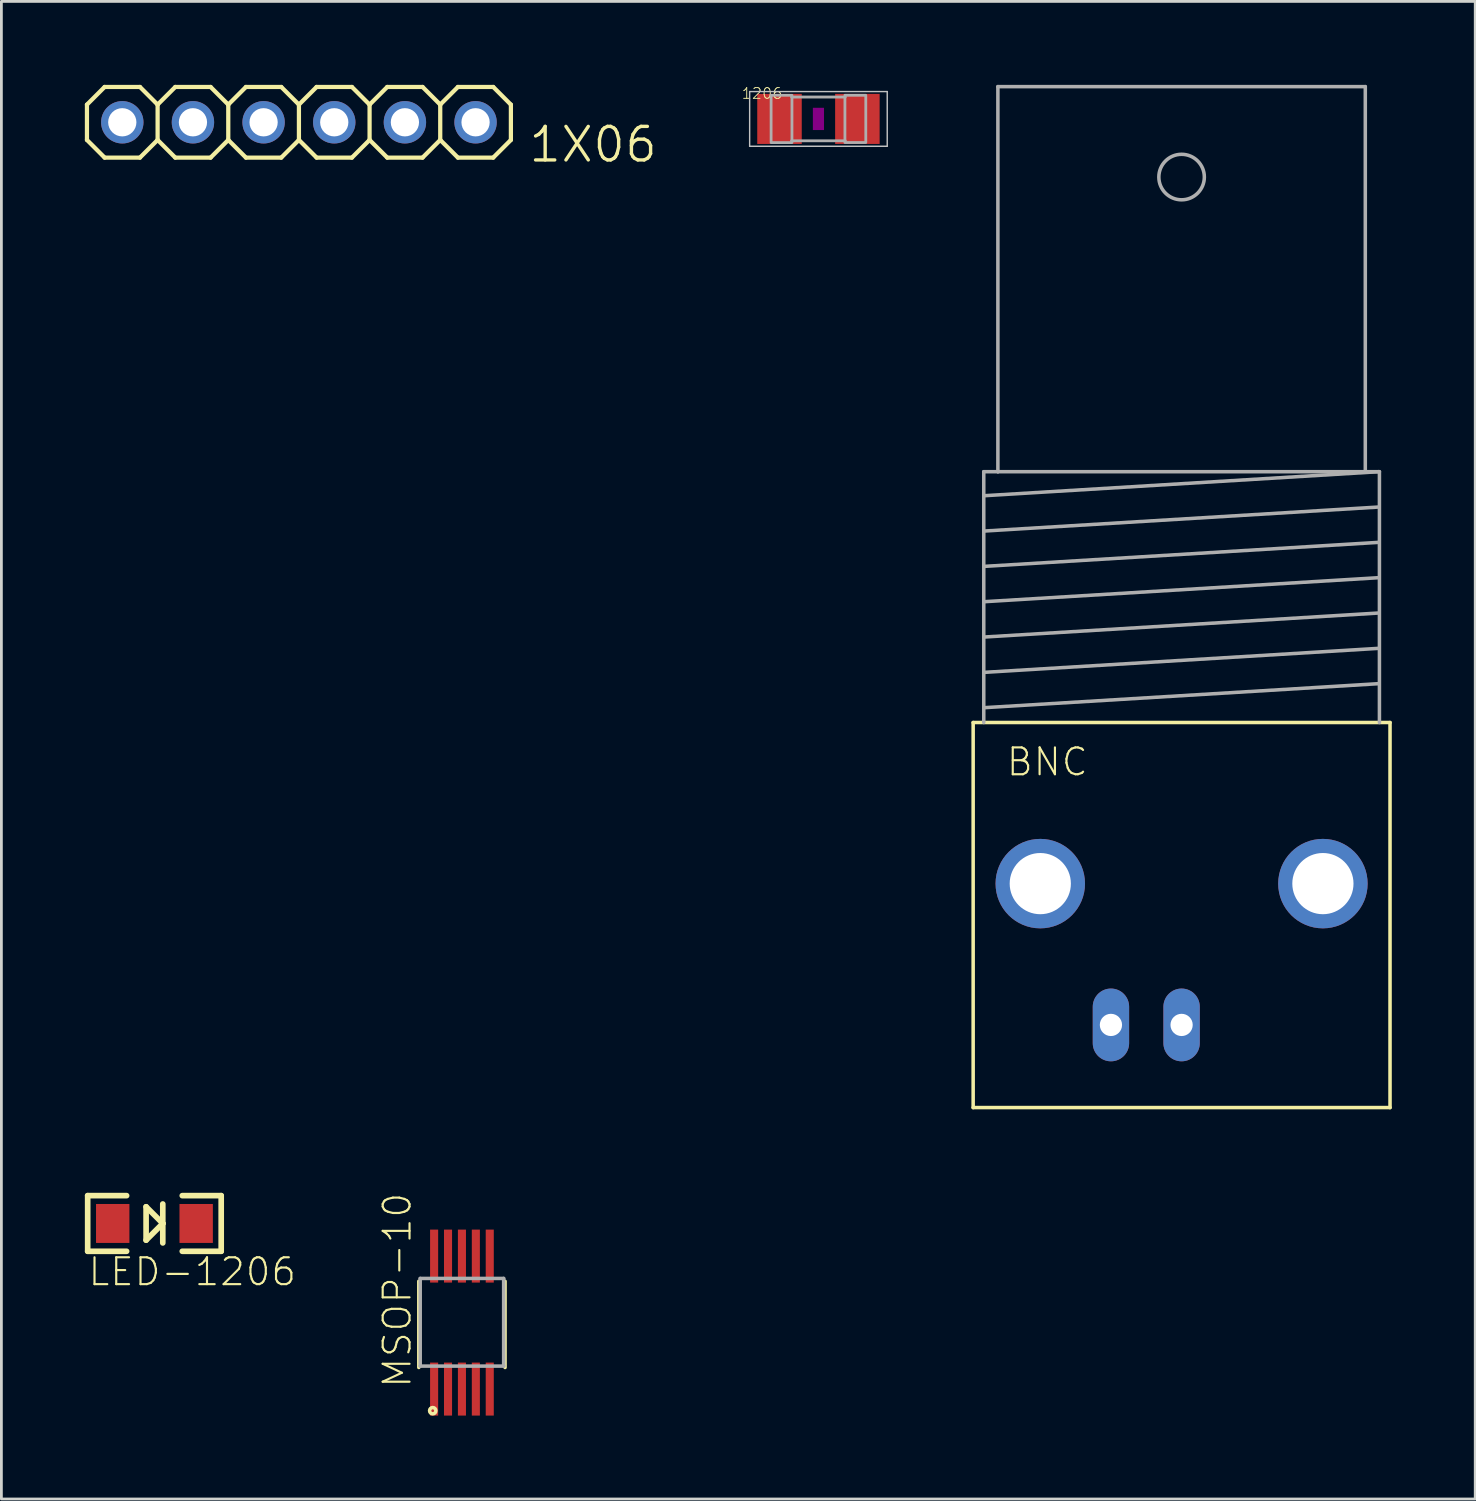
<source format=kicad_pcb>
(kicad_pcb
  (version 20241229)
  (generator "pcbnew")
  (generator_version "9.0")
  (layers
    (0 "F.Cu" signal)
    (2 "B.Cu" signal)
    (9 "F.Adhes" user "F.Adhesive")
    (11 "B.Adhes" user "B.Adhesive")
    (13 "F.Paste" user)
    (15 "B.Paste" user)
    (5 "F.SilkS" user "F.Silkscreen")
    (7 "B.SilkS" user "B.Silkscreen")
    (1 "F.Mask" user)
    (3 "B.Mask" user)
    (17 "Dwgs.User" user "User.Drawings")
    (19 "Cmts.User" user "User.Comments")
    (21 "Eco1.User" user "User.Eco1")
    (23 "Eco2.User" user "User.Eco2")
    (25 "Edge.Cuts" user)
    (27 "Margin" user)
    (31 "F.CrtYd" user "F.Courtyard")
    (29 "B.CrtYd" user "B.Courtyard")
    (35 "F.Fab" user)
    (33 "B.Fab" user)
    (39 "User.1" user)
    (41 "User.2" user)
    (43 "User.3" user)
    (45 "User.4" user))
  (footprint "1X06"
    (layer "F.Cu")
    (at 7.696 1.346)
    (property "Reference" "1X06" (at 8.198 1.507 180) (layer "F.SilkS") (effects (font (size 1.206 1.206) (thickness 0.121)) (justify left bottom)))
    (attr through_hole)
    (fp_line (start -7.62 -0.635) (end -7.62 0.635) (stroke (width 0.152) (type solid)) (layer "F.SilkS"))
    (fp_line (start -7.62 0.635) (end -6.985 1.27) (stroke (width 0.152) (type solid)) (layer "F.SilkS"))
    (fp_line (start -6.985 -1.27) (end -7.62 -0.635) (stroke (width 0.152) (type solid)) (layer "F.SilkS"))
    (fp_line (start -6.985 -1.27) (end -5.715 -1.27) (stroke (width 0.152) (type solid)) (layer "F.SilkS"))
    (fp_line (start -5.715 -1.27) (end -5.08 -0.635) (stroke (width 0.152) (type solid)) (layer "F.SilkS"))
    (fp_line (start -5.715 1.27) (end -6.985 1.27) (stroke (width 0.152) (type solid)) (layer "F.SilkS"))
    (fp_line (start -5.08 -0.635) (end -5.08 0.635) (stroke (width 0.152) (type solid)) (layer "F.SilkS"))
    (fp_line (start -5.08 -0.635) (end -4.445 -1.27) (stroke (width 0.152) (type solid)) (layer "F.SilkS"))
    (fp_line (start -5.08 0.635) (end -5.715 1.27) (stroke (width 0.152) (type solid)) (layer "F.SilkS"))
    (fp_line (start -4.445 -1.27) (end -3.175 -1.27) (stroke (width 0.152) (type solid)) (layer "F.SilkS"))
    (fp_line (start -4.445 1.27) (end -5.08 0.635) (stroke (width 0.152) (type solid)) (layer "F.SilkS"))
    (fp_line (start -3.175 -1.27) (end -2.54 -0.635) (stroke (width 0.152) (type solid)) (layer "F.SilkS"))
    (fp_line (start -3.175 1.27) (end -4.445 1.27) (stroke (width 0.152) (type solid)) (layer "F.SilkS"))
    (fp_line (start -2.54 -0.635) (end -2.54 0.635) (stroke (width 0.152) (type solid)) (layer "F.SilkS"))
    (fp_line (start -2.54 -0.635) (end -1.905 -1.27) (stroke (width 0.152) (type solid)) (layer "F.SilkS"))
    (fp_line (start -2.54 0.635) (end -3.175 1.27) (stroke (width 0.152) (type solid)) (layer "F.SilkS"))
    (fp_line (start -1.905 -1.27) (end -0.635 -1.27) (stroke (width 0.152) (type solid)) (layer "F.SilkS"))
    (fp_line (start -1.905 1.27) (end -2.54 0.635) (stroke (width 0.152) (type solid)) (layer "F.SilkS"))
    (fp_line (start -0.635 -1.27) (end 0 -0.635) (stroke (width 0.152) (type solid)) (layer "F.SilkS"))
    (fp_line (start -0.635 1.27) (end -1.905 1.27) (stroke (width 0.152) (type solid)) (layer "F.SilkS"))
    (fp_line (start 0 -0.635) (end 0 0.635) (stroke (width 0.152) (type solid)) (layer "F.SilkS"))
    (fp_line (start 0 0.635) (end -0.635 1.27) (stroke (width 0.152) (type solid)) (layer "F.SilkS"))
    (fp_line (start 0 0.635) (end 0.635 1.27) (stroke (width 0.152) (type solid)) (layer "F.SilkS"))
    (fp_line (start 0.635 -1.27) (end 0 -0.635) (stroke (width 0.152) (type solid)) (layer "F.SilkS"))
    (fp_line (start 0.635 -1.27) (end 1.905 -1.27) (stroke (width 0.152) (type solid)) (layer "F.SilkS"))
    (fp_line (start 1.905 -1.27) (end 2.54 -0.635) (stroke (width 0.152) (type solid)) (layer "F.SilkS"))
    (fp_line (start 1.905 1.27) (end 0.635 1.27) (stroke (width 0.152) (type solid)) (layer "F.SilkS"))
    (fp_line (start 2.54 -0.635) (end 2.54 0.635) (stroke (width 0.152) (type solid)) (layer "F.SilkS"))
    (fp_line (start 2.54 -0.635) (end 3.175 -1.27) (stroke (width 0.152) (type solid)) (layer "F.SilkS"))
    (fp_line (start 2.54 0.635) (end 1.905 1.27) (stroke (width 0.152) (type solid)) (layer "F.SilkS"))
    (fp_line (start 3.175 -1.27) (end 4.445 -1.27) (stroke (width 0.152) (type solid)) (layer "F.SilkS"))
    (fp_line (start 3.175 1.27) (end 2.54 0.635) (stroke (width 0.152) (type solid)) (layer "F.SilkS"))
    (fp_line (start 4.445 -1.27) (end 5.08 -0.635) (stroke (width 0.152) (type solid)) (layer "F.SilkS"))
    (fp_line (start 4.445 1.27) (end 3.175 1.27) (stroke (width 0.152) (type solid)) (layer "F.SilkS"))
    (fp_line (start 5.08 -0.635) (end 5.08 0.635) (stroke (width 0.152) (type solid)) (layer "F.SilkS"))
    (fp_line (start 5.08 0.635) (end 4.445 1.27) (stroke (width 0.152) (type solid)) (layer "F.SilkS"))
    (fp_line (start 5.08 0.635) (end 5.715 1.27) (stroke (width 0.152) (type solid)) (layer "F.SilkS"))
    (fp_line (start 5.715 -1.27) (end 5.08 -0.635) (stroke (width 0.152) (type solid)) (layer "F.SilkS"))
    (fp_line (start 5.715 -1.27) (end 6.985 -1.27) (stroke (width 0.152) (type solid)) (layer "F.SilkS"))
    (fp_line (start 6.985 -1.27) (end 7.62 -0.635) (stroke (width 0.152) (type solid)) (layer "F.SilkS"))
    (fp_line (start 6.985 1.27) (end 5.715 1.27) (stroke (width 0.152) (type solid)) (layer "F.SilkS"))
    (fp_line (start 7.62 -0.635) (end 7.62 0.635) (stroke (width 0.152) (type solid)) (layer "F.SilkS"))
    (fp_line (start 7.62 0.635) (end 6.985 1.27) (stroke (width 0.152) (type solid)) (layer "F.SilkS"))
    (fp_poly (pts (xy -6.604 0.254) (xy -6.096 0.254) (xy -6.096 -0.254) (xy -6.604 -0.254)) (stroke (width 0.1) (type solid)) (fill no) (layer "F.Fab"))
    (fp_poly (pts (xy -4.064 0.254) (xy -3.556 0.254) (xy -3.556 -0.254) (xy -4.064 -0.254)) (stroke (width 0.1) (type solid)) (fill no) (layer "F.Fab"))
    (fp_poly (pts (xy -1.524 0.254) (xy -1.016 0.254) (xy -1.016 -0.254) (xy -1.524 -0.254)) (stroke (width 0.1) (type solid)) (fill no) (layer "F.Fab"))
    (fp_poly (pts (xy 1.016 0.254) (xy 1.524 0.254) (xy 1.524 -0.254) (xy 1.016 -0.254)) (stroke (width 0.1) (type solid)) (fill no) (layer "F.Fab"))
    (fp_poly (pts (xy 3.556 0.254) (xy 4.064 0.254) (xy 4.064 -0.254) (xy 3.556 -0.254)) (stroke (width 0.1) (type solid)) (fill no) (layer "F.Fab"))
    (fp_poly (pts (xy 6.096 0.254) (xy 6.604 0.254) (xy 6.604 -0.254) (xy 6.096 -0.254)) (stroke (width 0.1) (type solid)) (fill no) (layer "F.Fab"))
    (pad "1" thru_hole circle (at -6.35 0 90) (size 1.524 1.524) (drill 1.016) (layers "*.Cu" "*.Mask"))
    (pad "2" thru_hole circle (at -3.81 0 90) (size 1.524 1.524) (drill 1.016) (layers "*.Cu" "*.Mask"))
    (pad "3" thru_hole circle (at -1.27 0 90) (size 1.524 1.524) (drill 1.016) (layers "*.Cu" "*.Mask"))
    (pad "4" thru_hole circle (at 1.27 0 90) (size 1.524 1.524) (drill 1.016) (layers "*.Cu" "*.Mask"))
    (pad "5" thru_hole circle (at 3.81 0 90) (size 1.524 1.524) (drill 1.016) (layers "*.Cu" "*.Mask"))
    (pad "6" thru_hole circle (at 6.35 0 90) (size 1.524 1.524) (drill 1.016) (layers "*.Cu" "*.Mask")))
  (footprint "MSOP-10"
    (layer "F.Cu")
    (at 13.556 44.559)
    (property "Reference" "MSOP-10" (at -1.762 2.342 270) (layer "F.SilkS") (effects (font (size 0.965 0.965) (thickness 0.077)) (justify left bottom)))
    (attr through_hole)
    (fp_line (start -1.55 -1.55) (end -1.55 1.55) (stroke (width 0.127) (type solid)) (layer "F.SilkS"))
    (fp_line (start 1.55 -1.55) (end 1.55 1.55) (stroke (width 0.127) (type solid)) (layer "F.SilkS"))
    (fp_circle (center -1.05 3.104) (end -1 3.104) (stroke (width 0.127) (type solid)) (fill no) (layer "F.SilkS"))
    (fp_line (start -1.5 -1.65) (end -1.5 1.5) (stroke (width 0.127) (type solid)) (layer "F.Fab"))
    (fp_line (start -1.5 1.5) (end 1.5 1.5) (stroke (width 0.127) (type solid)) (layer "F.Fab"))
    (fp_line (start 1.5 -1.65) (end -1.5 -1.65) (stroke (width 0.127) (type solid)) (layer "F.Fab"))
    (fp_line (start 1.5 1.5) (end 1.5 -1.65) (stroke (width 0.127) (type solid)) (layer "F.Fab"))
    (pad "1" smd rect (at -1 2.327) (size 0.29 1.905) (layers "F.Cu" "F.Mask" "F.Paste"))
    (pad "2" smd rect (at -0.5 2.327) (size 0.29 1.905) (layers "F.Cu" "F.Mask" "F.Paste"))
    (pad "3" smd rect (at 0 2.327) (size 0.29 1.905) (layers "F.Cu" "F.Mask" "F.Paste"))
    (pad "4" smd rect (at 0.5 2.327) (size 0.29 1.905) (layers "F.Cu" "F.Mask" "F.Paste"))
    (pad "5" smd rect (at 1 2.327) (size 0.29 1.905) (layers "F.Cu" "F.Mask" "F.Paste"))
    (pad "6" smd rect (at 1 -2.454) (size 0.29 1.905) (layers "F.Cu" "F.Mask" "F.Paste"))
    (pad "7" smd rect (at 0.5 -2.454) (size 0.29 1.905) (layers "F.Cu" "F.Mask" "F.Paste"))
    (pad "8" smd rect (at 0 -2.454) (size 0.29 1.905) (layers "F.Cu" "F.Mask" "F.Paste"))
    (pad "9" smd rect (at -0.5 -2.454) (size 0.29 1.905) (layers "F.Cu" "F.Mask" "F.Paste"))
    (pad "10" smd rect (at -1 -2.454) (size 0.29 1.905) (layers "F.Cu" "F.Mask" "F.Paste")))
  (footprint "BNC"
    (layer "F.Cu")
    (at 39.427 33.795)
    (property "Reference" "BNC" (at -6.35 -8.89 0) (layer "F.SilkS") (effects (font (size 0.965 0.965) (thickness 0.077)) (justify left bottom)))
    (attr through_hole)
    (fp_line (start -7.493 -10.871) (end -7.493 2.972) (stroke (width 0.127) (type solid)) (layer "F.SilkS"))
    (fp_line (start -7.493 2.972) (end 7.493 2.972) (stroke (width 0.127) (type solid)) (layer "F.SilkS"))
    (fp_line (start 7.493 -10.871) (end -7.493 -10.871) (stroke (width 0.127) (type solid)) (layer "F.SilkS"))
    (fp_line (start 7.493 2.972) (end 7.493 -10.871) (stroke (width 0.127) (type solid)) (layer "F.SilkS"))
    (fp_line (start -7.112 -19.888) (end -6.604 -19.888) (stroke (width 0.127) (type solid)) (layer "F.Fab"))
    (fp_line (start -7.112 -10.871) (end -7.112 -19.888) (stroke (width 0.127) (type solid)) (layer "F.Fab"))
    (fp_line (start -7.087 -19.025) (end 7.087 -19.888) (stroke (width 0.127) (type solid)) (layer "F.Fab"))
    (fp_line (start -7.087 -17.755) (end 7.087 -18.618) (stroke (width 0.127) (type solid)) (layer "F.Fab"))
    (fp_line (start -7.087 -16.485) (end 7.087 -17.348) (stroke (width 0.127) (type solid)) (layer "F.Fab"))
    (fp_line (start -7.087 -15.215) (end 7.087 -16.078) (stroke (width 0.127) (type solid)) (layer "F.Fab"))
    (fp_line (start -7.087 -13.945) (end 7.087 -14.808) (stroke (width 0.127) (type solid)) (layer "F.Fab"))
    (fp_line (start -7.087 -12.675) (end 7.087 -13.538) (stroke (width 0.127) (type solid)) (layer "F.Fab"))
    (fp_line (start -7.087 -11.405) (end 7.087 -12.268) (stroke (width 0.127) (type solid)) (layer "F.Fab"))
    (fp_line (start -6.604 -33.731) (end -6.604 -19.888) (stroke (width 0.127) (type solid)) (layer "F.Fab"))
    (fp_line (start -6.604 -19.888) (end 6.604 -19.888) (stroke (width 0.127) (type solid)) (layer "F.Fab"))
    (fp_line (start 6.604 -33.731) (end -6.604 -33.731) (stroke (width 0.127) (type solid)) (layer "F.Fab"))
    (fp_line (start 6.604 -19.888) (end 6.604 -33.731) (stroke (width 0.127) (type solid)) (layer "F.Fab"))
    (fp_line (start 6.604 -19.888) (end 7.087 -19.888) (stroke (width 0.127) (type solid)) (layer "F.Fab"))
    (fp_line (start 7.087 -19.888) (end 7.112 -19.888) (stroke (width 0.127) (type solid)) (layer "F.Fab"))
    (fp_line (start 7.112 -19.888) (end 7.112 -10.871) (stroke (width 0.127) (type solid)) (layer "F.Fab"))
    (fp_circle (center 0 -30.48) (end 0.818 -30.48) (stroke (width 0.127) (type solid)) (fill no) (layer "F.Fab"))
    (pad "3" thru_hole circle (at -5.08 -5.08) (size 3.216 3.216) (drill 2.2) (layers "*.Cu" "*.Mask"))
    (pad "4" thru_hole circle (at 5.08 -5.08) (size 3.216 3.216) (drill 2.2) (layers "*.Cu" "*.Mask"))
    (pad "GND" thru_hole oval (at -2.54 0 90) (size 2.616 1.308) (drill 0.8) (layers "*.Cu" "*.Mask"))
    (pad "S" thru_hole oval (at 0 0 90) (size 2.616 1.308) (drill 0.8) (layers "*.Cu" "*.Mask")))
  (footprint "LED-1206"
    (layer "F.Cu")
    (at 2.502 40.932)
    (property "Reference" "LED-1206" (at -2.435 2.303 180) (layer "F.SilkS") (effects (font (size 0.965 0.965) (thickness 0.077)) (justify left bottom)))
    (attr through_hole)
    (fp_line (start -2.4 -1) (end -2.4 1) (stroke (width 0.203) (type solid)) (layer "F.SilkS"))
    (fp_line (start -2.4 1) (end -1 1) (stroke (width 0.203) (type solid)) (layer "F.SilkS"))
    (fp_line (start -1 -1) (end -2.4 -1) (stroke (width 0.203) (type solid)) (layer "F.SilkS"))
    (fp_line (start -0.3 -0.6) (end -0.3 0.6) (stroke (width 0.203) (type solid)) (layer "F.SilkS"))
    (fp_line (start -0.3 0.6) (end 0.3 0) (stroke (width 0.203) (type solid)) (layer "F.SilkS"))
    (fp_line (start 0.3 -0.7) (end 0.3 0) (stroke (width 0.203) (type solid)) (layer "F.SilkS"))
    (fp_line (start 0.3 0) (end -0.3 -0.6) (stroke (width 0.203) (type solid)) (layer "F.SilkS"))
    (fp_line (start 0.3 0) (end 0.3 0.7) (stroke (width 0.203) (type solid)) (layer "F.SilkS"))
    (fp_line (start 1 -1) (end 2.4 -1) (stroke (width 0.203) (type solid)) (layer "F.SilkS"))
    (fp_line (start 2.4 -1) (end 2.4 1) (stroke (width 0.203) (type solid)) (layer "F.SilkS"))
    (fp_line (start 2.4 1) (end 1 1) (stroke (width 0.203) (type solid)) (layer "F.SilkS"))
    (pad "A" smd rect (at -1.5 0) (size 1.2 1.4) (layers "F.Cu" "F.Mask" "F.Paste"))
    (pad "C" smd rect (at 1.5 0) (size 1.2 1.4) (layers "F.Cu" "F.Mask" "F.Paste")))
  (footprint "1206"
    (layer "F.Cu")
    (at 26.372 1.225)
    (property "Reference" "1206" (at -1.27 -1.143 0) (layer "F.SilkS") (effects (font (size 0.386 0.386) (thickness 0.033)) (justify right top)))
    (attr through_hole)
    (fp_poly (pts (xy -0.2 0.4) (xy 0.2 0.4) (xy 0.2 -0.4) (xy -0.2 -0.4)) (stroke (width 0) (type solid)) (fill yes) (layer "F.Adhes"))
    (fp_line (start -2.473 -0.983) (end 2.473 -0.983) (stroke (width 0.051) (type solid)) (layer "Dwgs.User"))
    (fp_line (start -2.473 0.983) (end -2.473 -0.983) (stroke (width 0.051) (type solid)) (layer "Dwgs.User"))
    (fp_line (start 2.473 -0.983) (end 2.473 0.983) (stroke (width 0.051) (type solid)) (layer "Dwgs.User"))
    (fp_line (start 2.473 0.983) (end -2.473 0.983) (stroke (width 0.051) (type solid)) (layer "Dwgs.User"))
    (fp_line (start -0.965 -0.787) (end 0.965 -0.787) (stroke (width 0.102) (type solid)) (layer "F.Fab"))
    (fp_line (start -0.965 0.787) (end 0.965 0.787) (stroke (width 0.102) (type solid)) (layer "F.Fab"))
    (fp_poly (pts (xy -1.702 0.851) (xy -0.952 0.851) (xy -0.952 -0.849) (xy -1.702 -0.849)) (stroke (width 0.1) (type solid)) (fill no) (layer "F.Fab"))
    (fp_poly (pts (xy 0.952 0.849) (xy 1.702 0.849) (xy 1.702 -0.851) (xy 0.952 -0.851)) (stroke (width 0.1) (type solid)) (fill no) (layer "F.Fab"))
    (pad "1" smd rect (at -1.4 0) (size 1.6 1.8) (layers "F.Cu" "F.Mask" "F.Paste"))
    (pad "2" smd rect (at 1.4 0) (size 1.6 1.8) (layers "F.Cu" "F.Mask" "F.Paste")))
  (gr_rect
    (start -3 -3)
    (end 49.983 50.838)
    (stroke (width 0.1) (type default))
    (fill no)
    (layer "Edge.Cuts")))
</source>
